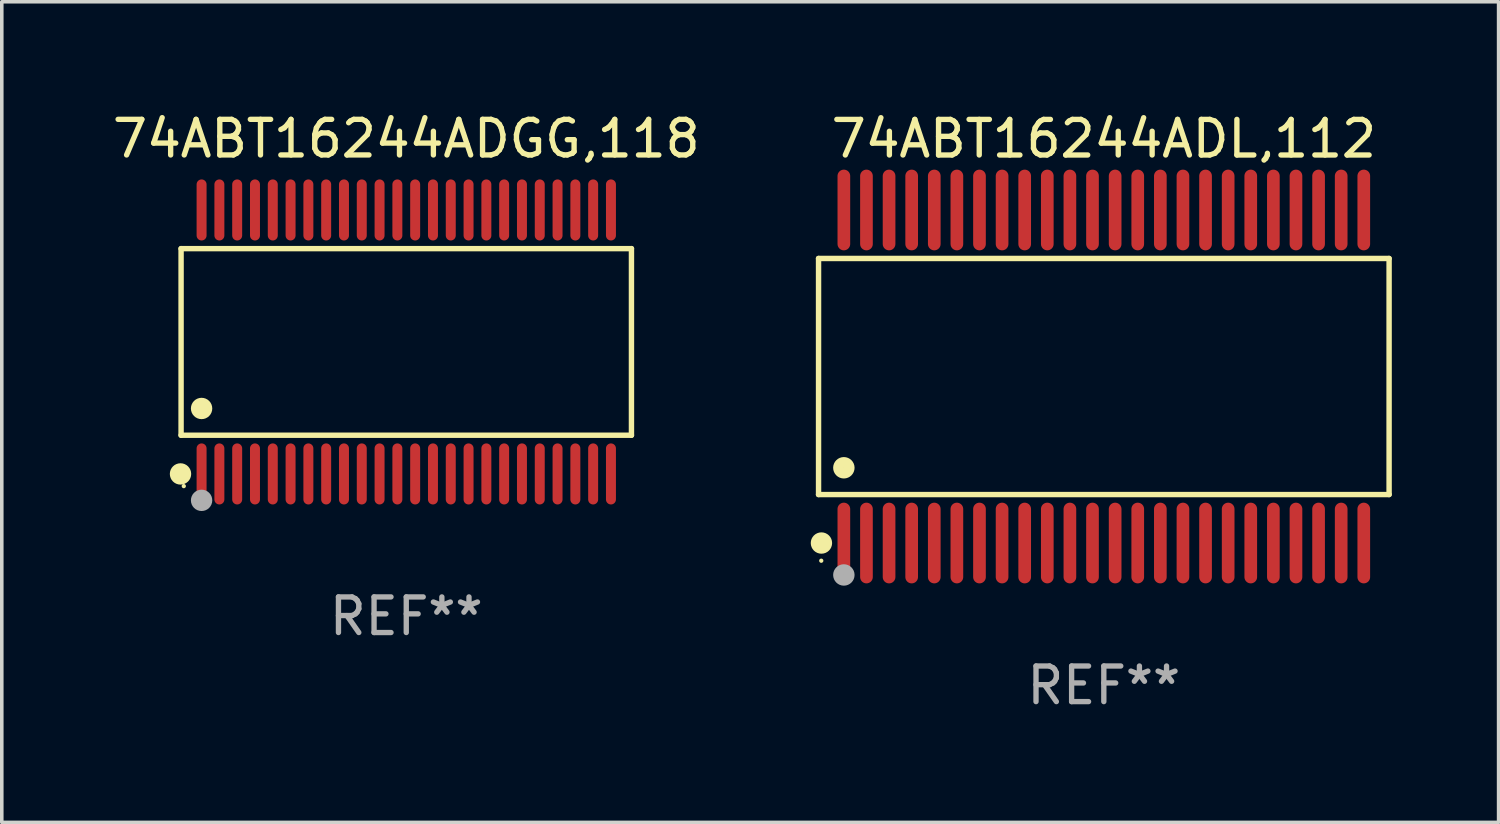
<source format=kicad_pcb>
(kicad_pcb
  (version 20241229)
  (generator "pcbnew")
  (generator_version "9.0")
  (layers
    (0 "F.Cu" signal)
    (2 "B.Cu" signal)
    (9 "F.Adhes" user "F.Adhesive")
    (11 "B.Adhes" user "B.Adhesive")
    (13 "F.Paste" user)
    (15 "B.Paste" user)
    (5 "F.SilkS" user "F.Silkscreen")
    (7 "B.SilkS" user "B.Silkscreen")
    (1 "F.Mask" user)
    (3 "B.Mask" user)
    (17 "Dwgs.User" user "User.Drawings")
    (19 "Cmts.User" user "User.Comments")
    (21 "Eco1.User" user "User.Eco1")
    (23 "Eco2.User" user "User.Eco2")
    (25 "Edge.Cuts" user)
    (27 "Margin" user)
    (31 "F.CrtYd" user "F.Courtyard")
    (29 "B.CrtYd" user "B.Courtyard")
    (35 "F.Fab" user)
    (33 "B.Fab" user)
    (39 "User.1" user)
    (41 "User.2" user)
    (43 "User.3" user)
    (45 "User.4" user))
  (footprint "74ABT16244ADGG,118"
    (layer "F.Cu")
    (at 8.363 6.556)
    (property "Reference" "74ABT16244ADGG,118" (at 0 -5.708 0) (layer "F.SilkS") (effects (font (size 1 1) (thickness 0.15))))
    (attr through_hole)
    (fp_line (start -6.326 -2.622) (end 6.326 -2.622) (stroke (width 0.152) (type solid)) (layer "F.SilkS"))
    (fp_line (start -6.326 2.621) (end -6.326 -2.622) (stroke (width 0.152) (type solid)) (layer "F.SilkS"))
    (fp_line (start 6.326 -2.622) (end 6.326 2.621) (stroke (width 0.152) (type solid)) (layer "F.SilkS"))
    (fp_line (start 6.326 2.621) (end -6.326 2.621) (stroke (width 0.152) (type solid)) (layer "F.SilkS"))
    (fp_circle (center -6.342 3.708) (end -6.192 3.708) (stroke (width 0.3) (type solid)) (fill no) (layer "F.SilkS"))
    (fp_circle (center -6.25 4.05) (end -6.22 4.05) (stroke (width 0.06) (type solid)) (fill no) (layer "F.SilkS"))
    (fp_circle (center -5.75 1.869) (end -5.6 1.869) (stroke (width 0.3) (type solid)) (fill no) (layer "F.SilkS"))
    (fp_circle (center -5.75 4.45) (end -5.6 4.45) (stroke (width 0.3) (type solid)) (fill no) (layer "F.Fab"))
    (fp_text user "REF**" (at 0 7.708 0) (layer "F.Fab") (effects (font (size 1 1) (thickness 0.15))))
    (pad "1" smd oval (at -5.75 3.708) (size 0.28 1.715) (layers "F.Cu" "F.Mask" "F.Paste"))
    (pad "2" smd oval (at -5.25 3.708) (size 0.28 1.715) (layers "F.Cu" "F.Mask" "F.Paste"))
    (pad "3" smd oval (at -4.75 3.708) (size 0.28 1.715) (layers "F.Cu" "F.Mask" "F.Paste"))
    (pad "4" smd oval (at -4.25 3.708) (size 0.28 1.715) (layers "F.Cu" "F.Mask" "F.Paste"))
    (pad "5" smd oval (at -3.75 3.708) (size 0.28 1.715) (layers "F.Cu" "F.Mask" "F.Paste"))
    (pad "6" smd oval (at -3.25 3.708) (size 0.28 1.715) (layers "F.Cu" "F.Mask" "F.Paste"))
    (pad "7" smd oval (at -2.75 3.708) (size 0.28 1.715) (layers "F.Cu" "F.Mask" "F.Paste"))
    (pad "8" smd oval (at -2.25 3.708) (size 0.28 1.715) (layers "F.Cu" "F.Mask" "F.Paste"))
    (pad "9" smd oval (at -1.75 3.708) (size 0.28 1.715) (layers "F.Cu" "F.Mask" "F.Paste"))
    (pad "10" smd oval (at -1.25 3.708) (size 0.28 1.715) (layers "F.Cu" "F.Mask" "F.Paste"))
    (pad "11" smd oval (at -0.75 3.708) (size 0.28 1.715) (layers "F.Cu" "F.Mask" "F.Paste"))
    (pad "12" smd oval (at -0.25 3.708) (size 0.28 1.715) (layers "F.Cu" "F.Mask" "F.Paste"))
    (pad "13" smd oval (at 0.25 3.708) (size 0.28 1.715) (layers "F.Cu" "F.Mask" "F.Paste"))
    (pad "14" smd oval (at 0.75 3.708) (size 0.28 1.715) (layers "F.Cu" "F.Mask" "F.Paste"))
    (pad "15" smd oval (at 1.25 3.708) (size 0.28 1.715) (layers "F.Cu" "F.Mask" "F.Paste"))
    (pad "16" smd oval (at 1.75 3.708) (size 0.28 1.715) (layers "F.Cu" "F.Mask" "F.Paste"))
    (pad "17" smd oval (at 2.25 3.708) (size 0.28 1.715) (layers "F.Cu" "F.Mask" "F.Paste"))
    (pad "18" smd oval (at 2.75 3.708) (size 0.28 1.715) (layers "F.Cu" "F.Mask" "F.Paste"))
    (pad "19" smd oval (at 3.25 3.708) (size 0.28 1.715) (layers "F.Cu" "F.Mask" "F.Paste"))
    (pad "20" smd oval (at 3.75 3.708) (size 0.28 1.715) (layers "F.Cu" "F.Mask" "F.Paste"))
    (pad "21" smd oval (at 4.25 3.708) (size 0.28 1.715) (layers "F.Cu" "F.Mask" "F.Paste"))
    (pad "22" smd oval (at 4.75 3.708) (size 0.28 1.715) (layers "F.Cu" "F.Mask" "F.Paste"))
    (pad "23" smd oval (at 5.25 3.708) (size 0.28 1.715) (layers "F.Cu" "F.Mask" "F.Paste"))
    (pad "24" smd oval (at 5.75 3.708) (size 0.28 1.715) (layers "F.Cu" "F.Mask" "F.Paste"))
    (pad "25" smd oval (at 5.75 -3.708) (size 0.28 1.715) (layers "F.Cu" "F.Mask" "F.Paste"))
    (pad "26" smd oval (at 5.25 -3.708) (size 0.28 1.715) (layers "F.Cu" "F.Mask" "F.Paste"))
    (pad "27" smd oval (at 4.75 -3.708) (size 0.28 1.715) (layers "F.Cu" "F.Mask" "F.Paste"))
    (pad "28" smd oval (at 4.25 -3.708) (size 0.28 1.715) (layers "F.Cu" "F.Mask" "F.Paste"))
    (pad "29" smd oval (at 3.75 -3.708) (size 0.28 1.715) (layers "F.Cu" "F.Mask" "F.Paste"))
    (pad "30" smd oval (at 3.25 -3.708) (size 0.28 1.715) (layers "F.Cu" "F.Mask" "F.Paste"))
    (pad "31" smd oval (at 2.75 -3.708) (size 0.28 1.715) (layers "F.Cu" "F.Mask" "F.Paste"))
    (pad "32" smd oval (at 2.25 -3.708) (size 0.28 1.715) (layers "F.Cu" "F.Mask" "F.Paste"))
    (pad "33" smd oval (at 1.75 -3.708) (size 0.28 1.715) (layers "F.Cu" "F.Mask" "F.Paste"))
    (pad "34" smd oval (at 1.25 -3.708) (size 0.28 1.715) (layers "F.Cu" "F.Mask" "F.Paste"))
    (pad "35" smd oval (at 0.75 -3.708) (size 0.28 1.715) (layers "F.Cu" "F.Mask" "F.Paste"))
    (pad "36" smd oval (at 0.25 -3.708) (size 0.28 1.715) (layers "F.Cu" "F.Mask" "F.Paste"))
    (pad "37" smd oval (at -0.25 -3.708) (size 0.28 1.715) (layers "F.Cu" "F.Mask" "F.Paste"))
    (pad "38" smd oval (at -0.75 -3.708) (size 0.28 1.715) (layers "F.Cu" "F.Mask" "F.Paste"))
    (pad "39" smd oval (at -1.25 -3.708) (size 0.28 1.715) (layers "F.Cu" "F.Mask" "F.Paste"))
    (pad "40" smd oval (at -1.75 -3.708) (size 0.28 1.715) (layers "F.Cu" "F.Mask" "F.Paste"))
    (pad "41" smd oval (at -2.25 -3.708) (size 0.28 1.715) (layers "F.Cu" "F.Mask" "F.Paste"))
    (pad "42" smd oval (at -2.75 -3.708) (size 0.28 1.715) (layers "F.Cu" "F.Mask" "F.Paste"))
    (pad "43" smd oval (at -3.25 -3.708) (size 0.28 1.715) (layers "F.Cu" "F.Mask" "F.Paste"))
    (pad "44" smd oval (at -3.75 -3.708) (size 0.28 1.715) (layers "F.Cu" "F.Mask" "F.Paste"))
    (pad "45" smd oval (at -4.25 -3.708) (size 0.28 1.715) (layers "F.Cu" "F.Mask" "F.Paste"))
    (pad "46" smd oval (at -4.75 -3.708) (size 0.28 1.715) (layers "F.Cu" "F.Mask" "F.Paste"))
    (pad "47" smd oval (at -5.25 -3.708) (size 0.28 1.715) (layers "F.Cu" "F.Mask" "F.Paste"))
    (pad "48" smd oval (at -5.75 -3.708) (size 0.28 1.715) (layers "F.Cu" "F.Mask" "F.Paste")))
  (footprint "74ABT16244ADL,112"
    (layer "F.Cu")
    (at 27.959 7.527)
    (property "Reference" "74ABT16244ADL,112" (at 0 -6.678 0) (layer "F.SilkS") (effects (font (size 1 1) (thickness 0.15))))
    (attr through_hole)
    (fp_line (start -8.014 -3.316) (end 8.014 -3.316) (stroke (width 0.152) (type solid)) (layer "F.SilkS"))
    (fp_line (start -8.014 3.316) (end -8.014 -3.316) (stroke (width 0.152) (type solid)) (layer "F.SilkS"))
    (fp_line (start 8.014 -3.316) (end 8.014 3.316) (stroke (width 0.152) (type solid)) (layer "F.SilkS"))
    (fp_line (start 8.014 3.316) (end -8.014 3.316) (stroke (width 0.152) (type solid)) (layer "F.SilkS"))
    (fp_circle (center -7.938 5.175) (end -7.908 5.175) (stroke (width 0.06) (type solid)) (fill no) (layer "F.SilkS"))
    (fp_circle (center -7.933 4.678) (end -7.783 4.678) (stroke (width 0.3) (type solid)) (fill no) (layer "F.SilkS"))
    (fp_circle (center -7.303 2.564) (end -7.152 2.564) (stroke (width 0.3) (type solid)) (fill no) (layer "F.SilkS"))
    (fp_circle (center -7.303 5.575) (end -7.152 5.575) (stroke (width 0.3) (type solid)) (fill no) (layer "F.Fab"))
    (fp_text user "REF**" (at 0 8.678 0) (layer "F.Fab") (effects (font (size 1 1) (thickness 0.15))))
    (pad "1" smd oval (at -7.303 4.678) (size 0.356 2.267) (layers "F.Cu" "F.Mask" "F.Paste"))
    (pad "2" smd oval (at -6.668 4.678) (size 0.356 2.267) (layers "F.Cu" "F.Mask" "F.Paste"))
    (pad "3" smd oval (at -6.033 4.678) (size 0.356 2.267) (layers "F.Cu" "F.Mask" "F.Paste"))
    (pad "4" smd oval (at -5.398 4.678) (size 0.356 2.267) (layers "F.Cu" "F.Mask" "F.Paste"))
    (pad "5" smd oval (at -4.763 4.678) (size 0.356 2.267) (layers "F.Cu" "F.Mask" "F.Paste"))
    (pad "6" smd oval (at -4.128 4.678) (size 0.356 2.267) (layers "F.Cu" "F.Mask" "F.Paste"))
    (pad "7" smd oval (at -3.493 4.678) (size 0.356 2.267) (layers "F.Cu" "F.Mask" "F.Paste"))
    (pad "8" smd oval (at -2.858 4.678) (size 0.356 2.267) (layers "F.Cu" "F.Mask" "F.Paste"))
    (pad "9" smd oval (at -2.223 4.678) (size 0.356 2.267) (layers "F.Cu" "F.Mask" "F.Paste"))
    (pad "10" smd oval (at -1.588 4.678) (size 0.356 2.267) (layers "F.Cu" "F.Mask" "F.Paste"))
    (pad "11" smd oval (at -0.953 4.678) (size 0.356 2.267) (layers "F.Cu" "F.Mask" "F.Paste"))
    (pad "12" smd oval (at -0.318 4.678) (size 0.356 2.267) (layers "F.Cu" "F.Mask" "F.Paste"))
    (pad "13" smd oval (at 0.318 4.678) (size 0.356 2.267) (layers "F.Cu" "F.Mask" "F.Paste"))
    (pad "14" smd oval (at 0.953 4.678) (size 0.356 2.267) (layers "F.Cu" "F.Mask" "F.Paste"))
    (pad "15" smd oval (at 1.588 4.678) (size 0.356 2.267) (layers "F.Cu" "F.Mask" "F.Paste"))
    (pad "16" smd oval (at 2.223 4.678) (size 0.356 2.267) (layers "F.Cu" "F.Mask" "F.Paste"))
    (pad "17" smd oval (at 2.858 4.678) (size 0.356 2.267) (layers "F.Cu" "F.Mask" "F.Paste"))
    (pad "18" smd oval (at 3.493 4.678) (size 0.356 2.267) (layers "F.Cu" "F.Mask" "F.Paste"))
    (pad "19" smd oval (at 4.128 4.678) (size 0.356 2.267) (layers "F.Cu" "F.Mask" "F.Paste"))
    (pad "20" smd oval (at 4.763 4.678) (size 0.356 2.267) (layers "F.Cu" "F.Mask" "F.Paste"))
    (pad "21" smd oval (at 5.398 4.678) (size 0.356 2.267) (layers "F.Cu" "F.Mask" "F.Paste"))
    (pad "22" smd oval (at 6.033 4.678) (size 0.356 2.267) (layers "F.Cu" "F.Mask" "F.Paste"))
    (pad "23" smd oval (at 6.668 4.678) (size 0.356 2.267) (layers "F.Cu" "F.Mask" "F.Paste"))
    (pad "24" smd oval (at 7.303 4.678) (size 0.356 2.267) (layers "F.Cu" "F.Mask" "F.Paste"))
    (pad "25" smd oval (at 7.303 -4.678) (size 0.356 2.267) (layers "F.Cu" "F.Mask" "F.Paste"))
    (pad "26" smd oval (at 6.668 -4.678) (size 0.356 2.267) (layers "F.Cu" "F.Mask" "F.Paste"))
    (pad "27" smd oval (at 6.033 -4.678) (size 0.356 2.267) (layers "F.Cu" "F.Mask" "F.Paste"))
    (pad "28" smd oval (at 5.398 -4.678) (size 0.356 2.267) (layers "F.Cu" "F.Mask" "F.Paste"))
    (pad "29" smd oval (at 4.763 -4.678) (size 0.356 2.267) (layers "F.Cu" "F.Mask" "F.Paste"))
    (pad "30" smd oval (at 4.128 -4.678) (size 0.356 2.267) (layers "F.Cu" "F.Mask" "F.Paste"))
    (pad "31" smd oval (at 3.493 -4.678) (size 0.356 2.267) (layers "F.Cu" "F.Mask" "F.Paste"))
    (pad "32" smd oval (at 2.858 -4.678) (size 0.356 2.267) (layers "F.Cu" "F.Mask" "F.Paste"))
    (pad "33" smd oval (at 2.223 -4.678) (size 0.356 2.267) (layers "F.Cu" "F.Mask" "F.Paste"))
    (pad "34" smd oval (at 1.588 -4.678) (size 0.356 2.267) (layers "F.Cu" "F.Mask" "F.Paste"))
    (pad "35" smd oval (at 0.953 -4.678) (size 0.356 2.267) (layers "F.Cu" "F.Mask" "F.Paste"))
    (pad "36" smd oval (at 0.318 -4.678) (size 0.356 2.267) (layers "F.Cu" "F.Mask" "F.Paste"))
    (pad "37" smd oval (at -0.318 -4.678) (size 0.356 2.267) (layers "F.Cu" "F.Mask" "F.Paste"))
    (pad "38" smd oval (at -0.953 -4.678) (size 0.356 2.267) (layers "F.Cu" "F.Mask" "F.Paste"))
    (pad "39" smd oval (at -1.588 -4.678) (size 0.356 2.267) (layers "F.Cu" "F.Mask" "F.Paste"))
    (pad "40" smd oval (at -2.223 -4.678) (size 0.356 2.267) (layers "F.Cu" "F.Mask" "F.Paste"))
    (pad "41" smd oval (at -2.858 -4.678) (size 0.356 2.267) (layers "F.Cu" "F.Mask" "F.Paste"))
    (pad "42" smd oval (at -3.493 -4.678) (size 0.356 2.267) (layers "F.Cu" "F.Mask" "F.Paste"))
    (pad "43" smd oval (at -4.128 -4.678) (size 0.356 2.267) (layers "F.Cu" "F.Mask" "F.Paste"))
    (pad "44" smd oval (at -4.763 -4.678) (size 0.356 2.267) (layers "F.Cu" "F.Mask" "F.Paste"))
    (pad "45" smd oval (at -5.398 -4.678) (size 0.356 2.267) (layers "F.Cu" "F.Mask" "F.Paste"))
    (pad "46" smd oval (at -6.033 -4.678) (size 0.356 2.267) (layers "F.Cu" "F.Mask" "F.Paste"))
    (pad "47" smd oval (at -6.668 -4.678) (size 0.356 2.267) (layers "F.Cu" "F.Mask" "F.Paste"))
    (pad "48" smd oval (at -7.303 -4.678) (size 0.356 2.267) (layers "F.Cu" "F.Mask" "F.Paste")))
  (gr_rect
    (start -3 -3)
    (end 39.049 20.053)
    (stroke (width 0.1) (type default))
    (fill no)
    (layer "Edge.Cuts")))
</source>
